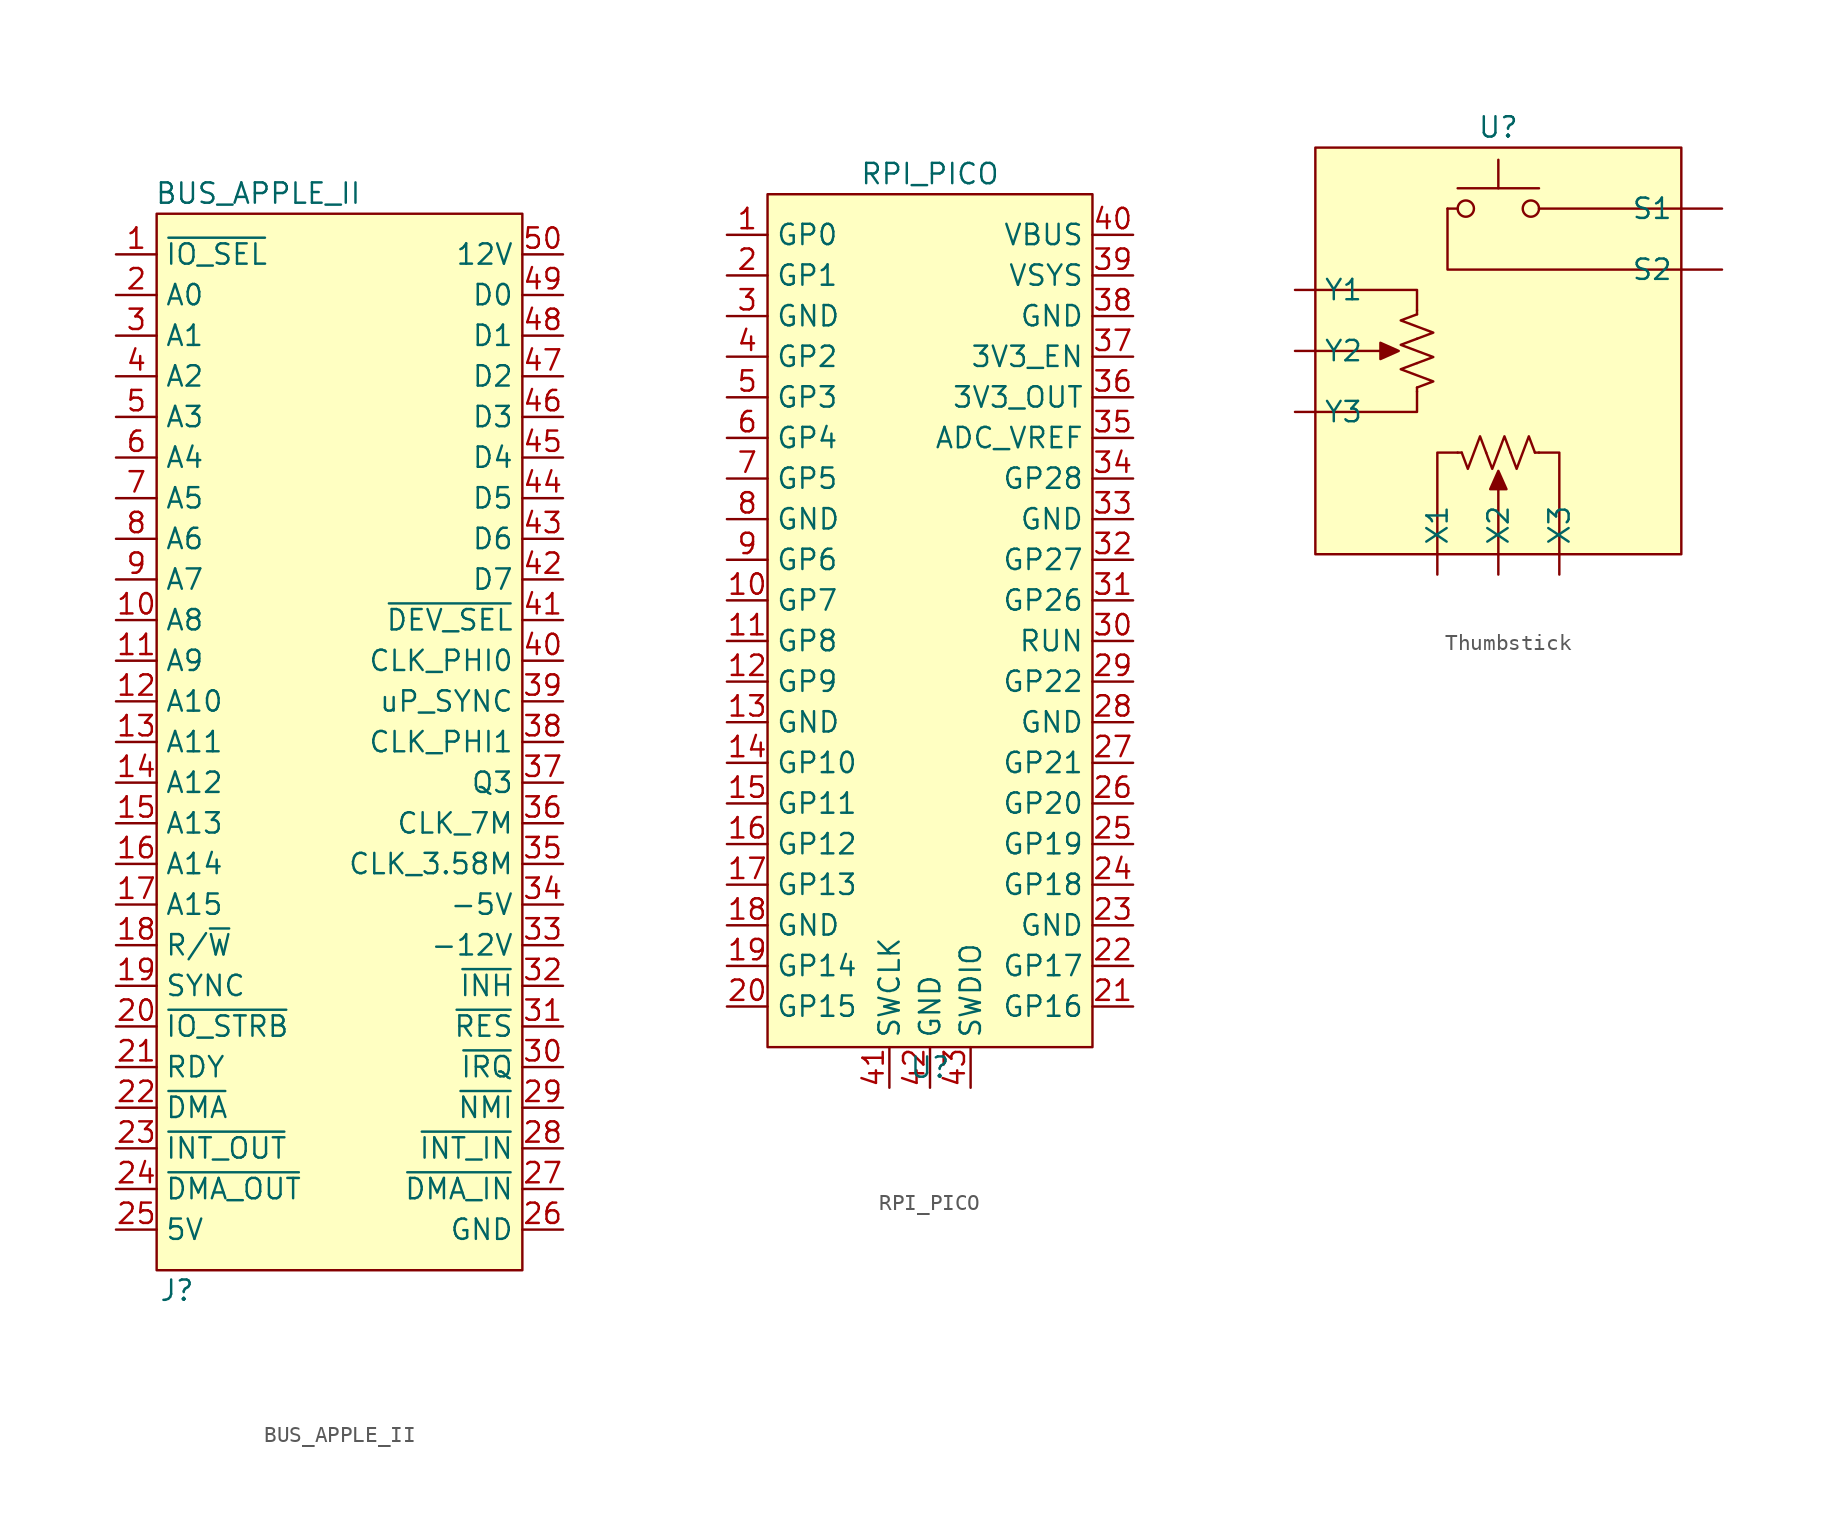
<source format=kicad_sym>
(kicad_symbol_lib
  (version 20220914)
  (generator kicad_symbol_editor)
  (symbol "BUS_APPLE_II"
    (property "Reference" "J"
      (at -10.16 -35.56 0)
      (effects (font (size 1.27 1.27))))
    (property "Value" "BUS_APPLE_II"
      (at -5.08 33.02 0)
      (effects (font (size 1.27 1.27))))
    (symbol "BUS_APPLE_II_0_1"
      (rectangle (start -11.43 31.75) (end 11.43 -34.29) (stroke (width 0) (type default)) (fill (type background))))
    (symbol "BUS_APPLE_II_1_1"
      (pin output line (at -13.97 29.21 0) (length 2.54) (name "~{IO_SEL}" (effects (font (size 1.27 1.27)))) (number "1" (effects (font (size 1.27 1.27)))))
      (pin bidirectional line (at -13.97 6.35 0) (length 2.54) (name "A8" (effects (font (size 1.27 1.27)))) (number "10" (effects (font (size 1.27 1.27)))))
      (pin bidirectional line (at -13.97 3.81 0) (length 2.54) (name "A9" (effects (font (size 1.27 1.27)))) (number "11" (effects (font (size 1.27 1.27)))))
      (pin bidirectional line (at -13.97 1.27 0) (length 2.54) (name "A10" (effects (font (size 1.27 1.27)))) (number "12" (effects (font (size 1.27 1.27)))))
      (pin bidirectional line (at -13.97 -1.27 0) (length 2.54) (name "A11" (effects (font (size 1.27 1.27)))) (number "13" (effects (font (size 1.27 1.27)))))
      (pin bidirectional line (at -13.97 -3.81 0) (length 2.54) (name "A12" (effects (font (size 1.27 1.27)))) (number "14" (effects (font (size 1.27 1.27)))))
      (pin bidirectional line (at -13.97 -6.35 0) (length 2.54) (name "A13" (effects (font (size 1.27 1.27)))) (number "15" (effects (font (size 1.27 1.27)))))
      (pin bidirectional line (at -13.97 -8.89 0) (length 2.54) (name "A14" (effects (font (size 1.27 1.27)))) (number "16" (effects (font (size 1.27 1.27)))))
      (pin bidirectional line (at -13.97 -11.43 0) (length 2.54) (name "A15" (effects (font (size 1.27 1.27)))) (number "17" (effects (font (size 1.27 1.27)))))
      (pin bidirectional line (at -13.97 -13.97 0) (length 2.54) (name "R/~{W}" (effects (font (size 1.27 1.27)))) (number "18" (effects (font (size 1.27 1.27)))))
      (pin output line (at -13.97 -16.51 0) (length 2.54) (name "SYNC" (effects (font (size 1.27 1.27)))) (number "19" (effects (font (size 1.27 1.27)))))
      (pin bidirectional line (at -13.97 26.67 0) (length 2.54) (name "A0" (effects (font (size 1.27 1.27)))) (number "2" (effects (font (size 1.27 1.27)))))
      (pin output line (at -13.97 -19.05 0) (length 2.54) (name "~{IO_STRB}" (effects (font (size 1.27 1.27)))) (number "20" (effects (font (size 1.27 1.27)))))
      (pin input line (at -13.97 -21.59 0) (length 2.54) (name "RDY" (effects (font (size 1.27 1.27)))) (number "21" (effects (font (size 1.27 1.27)))))
      (pin input line (at -13.97 -24.13 0) (length 2.54) (name "~{DMA}" (effects (font (size 1.27 1.27)))) (number "22" (effects (font (size 1.27 1.27)))))
      (pin input line (at -13.97 -26.67 0) (length 2.54) (name "~{INT_OUT}" (effects (font (size 1.27 1.27)))) (number "23" (effects (font (size 1.27 1.27)))))
      (pin input line (at -13.97 -29.21 0) (length 2.54) (name "~{DMA_OUT}" (effects (font (size 1.27 1.27)))) (number "24" (effects (font (size 1.27 1.27)))))
      (pin power_out line (at -13.97 -31.75 0) (length 2.54) (name "5V" (effects (font (size 1.27 1.27)))) (number "25" (effects (font (size 1.27 1.27)))))
      (pin power_out line (at 13.97 -31.75 180) (length 2.54) (name "GND" (effects (font (size 1.27 1.27)))) (number "26" (effects (font (size 1.27 1.27)))))
      (pin output line (at 13.97 -29.21 180) (length 2.54) (name "~{DMA_IN}" (effects (font (size 1.27 1.27)))) (number "27" (effects (font (size 1.27 1.27)))))
      (pin output line (at 13.97 -26.67 180) (length 2.54) (name "~{INT_IN}" (effects (font (size 1.27 1.27)))) (number "28" (effects (font (size 1.27 1.27)))))
      (pin input line (at 13.97 -24.13 180) (length 2.54) (name "~{NMI}" (effects (font (size 1.27 1.27)))) (number "29" (effects (font (size 1.27 1.27)))))
      (pin bidirectional line (at -13.97 24.13 0) (length 2.54) (name "A1" (effects (font (size 1.27 1.27)))) (number "3" (effects (font (size 1.27 1.27)))))
      (pin input line (at 13.97 -21.59 180) (length 2.54) (name "~{IRQ}" (effects (font (size 1.27 1.27)))) (number "30" (effects (font (size 1.27 1.27)))))
      (pin input line (at 13.97 -19.05 180) (length 2.54) (name "~{RES}" (effects (font (size 1.27 1.27)))) (number "31" (effects (font (size 1.27 1.27)))))
      (pin input line (at 13.97 -16.51 180) (length 2.54) (name "~{INH}" (effects (font (size 1.27 1.27)))) (number "32" (effects (font (size 1.27 1.27)))))
      (pin power_out line (at 13.97 -13.97 180) (length 2.54) (name "-12V" (effects (font (size 1.27 1.27)))) (number "33" (effects (font (size 1.27 1.27)))))
      (pin output line (at 13.97 -11.43 180) (length 2.54) (name "-5V" (effects (font (size 1.27 1.27)))) (number "34" (effects (font (size 1.27 1.27)))))
      (pin output line (at 13.97 -8.89 180) (length 2.54) (name "CLK_3.58M" (effects (font (size 1.27 1.27)))) (number "35" (effects (font (size 1.27 1.27)))))
      (pin output line (at 13.97 -6.35 180) (length 2.54) (name "CLK_7M" (effects (font (size 1.27 1.27)))) (number "36" (effects (font (size 1.27 1.27)))))
      (pin output line (at 13.97 -3.81 180) (length 2.54) (name "Q3" (effects (font (size 1.27 1.27)))) (number "37" (effects (font (size 1.27 1.27)))))
      (pin output line (at 13.97 -1.27 180) (length 2.54) (name "CLK_PHI1" (effects (font (size 1.27 1.27)))) (number "38" (effects (font (size 1.27 1.27)))))
      (pin output line (at 13.97 1.27 180) (length 2.54) (name "uP_SYNC" (effects (font (size 1.27 1.27)))) (number "39" (effects (font (size 1.27 1.27)))))
      (pin bidirectional line (at -13.97 21.59 0) (length 2.54) (name "A2" (effects (font (size 1.27 1.27)))) (number "4" (effects (font (size 1.27 1.27)))))
      (pin output line (at 13.97 3.81 180) (length 2.54) (name "CLK_PHI0" (effects (font (size 1.27 1.27)))) (number "40" (effects (font (size 1.27 1.27)))))
      (pin output line (at 13.97 6.35 180) (length 2.54) (name "~{DEV_SEL}" (effects (font (size 1.27 1.27)))) (number "41" (effects (font (size 1.27 1.27)))))
      (pin bidirectional line (at 13.97 8.89 180) (length 2.54) (name "D7" (effects (font (size 1.27 1.27)))) (number "42" (effects (font (size 1.27 1.27)))))
      (pin bidirectional line (at 13.97 11.43 180) (length 2.54) (name "D6" (effects (font (size 1.27 1.27)))) (number "43" (effects (font (size 1.27 1.27)))))
      (pin bidirectional line (at 13.97 13.97 180) (length 2.54) (name "D5" (effects (font (size 1.27 1.27)))) (number "44" (effects (font (size 1.27 1.27)))))
      (pin bidirectional line (at 13.97 16.51 180) (length 2.54) (name "D4" (effects (font (size 1.27 1.27)))) (number "45" (effects (font (size 1.27 1.27)))))
      (pin bidirectional line (at 13.97 19.05 180) (length 2.54) (name "D3" (effects (font (size 1.27 1.27)))) (number "46" (effects (font (size 1.27 1.27)))))
      (pin bidirectional line (at 13.97 21.59 180) (length 2.54) (name "D2" (effects (font (size 1.27 1.27)))) (number "47" (effects (font (size 1.27 1.27)))))
      (pin bidirectional line (at 13.97 24.13 180) (length 2.54) (name "D1" (effects (font (size 1.27 1.27)))) (number "48" (effects (font (size 1.27 1.27)))))
      (pin bidirectional line (at 13.97 26.67 180) (length 2.54) (name "D0" (effects (font (size 1.27 1.27)))) (number "49" (effects (font (size 1.27 1.27)))))
      (pin bidirectional line (at -13.97 19.05 0) (length 2.54) (name "A3" (effects (font (size 1.27 1.27)))) (number "5" (effects (font (size 1.27 1.27)))))
      (pin power_out line (at 13.97 29.21 180) (length 2.54) (name "12V" (effects (font (size 1.27 1.27)))) (number "50" (effects (font (size 1.27 1.27)))))
      (pin bidirectional line (at -13.97 16.51 0) (length 2.54) (name "A4" (effects (font (size 1.27 1.27)))) (number "6" (effects (font (size 1.27 1.27)))))
      (pin bidirectional line (at -13.97 13.97 0) (length 2.54) (name "A5" (effects (font (size 1.27 1.27)))) (number "7" (effects (font (size 1.27 1.27)))))
      (pin bidirectional line (at -13.97 11.43 0) (length 2.54) (name "A6" (effects (font (size 1.27 1.27)))) (number "8" (effects (font (size 1.27 1.27)))))
      (pin bidirectional line (at -13.97 8.89 0) (length 2.54) (name "A7" (effects (font (size 1.27 1.27)))) (number "9" (effects (font (size 1.27 1.27)))))))
  (symbol "RPI_PICO"
    (property "Reference" "U"
      (at 0 -27.94 0)
      (effects (font (size 1.27 1.27))))
    (property "Value" "RPI_PICO"
      (at 0 27.94 0)
      (effects (font (size 1.27 1.27))))
    (symbol "RPI_PICO_0_1"
      (rectangle (start -10.16 26.67) (end 10.16 -26.67) (stroke (width 0) (type default)) (fill (type background))))
    (symbol "RPI_PICO_1_1"
      (pin bidirectional line (at -12.7 24.13 0) (length 2.54) (name "GP0" (effects (font (size 1.27 1.27)))) (number "1" (effects (font (size 1.27 1.27)))))
      (pin bidirectional line (at -12.7 1.27 0) (length 2.54) (name "GP7" (effects (font (size 1.27 1.27)))) (number "10" (effects (font (size 1.27 1.27)))))
      (pin bidirectional line (at -12.7 -1.27 0) (length 2.54) (name "GP8" (effects (font (size 1.27 1.27)))) (number "11" (effects (font (size 1.27 1.27)))))
      (pin bidirectional line (at -12.7 -3.81 0) (length 2.54) (name "GP9" (effects (font (size 1.27 1.27)))) (number "12" (effects (font (size 1.27 1.27)))))
      (pin power_in line (at -12.7 -6.35 0) (length 2.54) (name "GND" (effects (font (size 1.27 1.27)))) (number "13" (effects (font (size 1.27 1.27)))))
      (pin bidirectional line (at -12.7 -8.89 0) (length 2.54) (name "GP10" (effects (font (size 1.27 1.27)))) (number "14" (effects (font (size 1.27 1.27)))))
      (pin bidirectional line (at -12.7 -11.43 0) (length 2.54) (name "GP11" (effects (font (size 1.27 1.27)))) (number "15" (effects (font (size 1.27 1.27)))))
      (pin bidirectional line (at -12.7 -13.97 0) (length 2.54) (name "GP12" (effects (font (size 1.27 1.27)))) (number "16" (effects (font (size 1.27 1.27)))))
      (pin bidirectional line (at -12.7 -16.51 0) (length 2.54) (name "GP13" (effects (font (size 1.27 1.27)))) (number "17" (effects (font (size 1.27 1.27)))))
      (pin power_in line (at -12.7 -19.05 0) (length 2.54) (name "GND" (effects (font (size 1.27 1.27)))) (number "18" (effects (font (size 1.27 1.27)))))
      (pin bidirectional line (at -12.7 -21.59 0) (length 2.54) (name "GP14" (effects (font (size 1.27 1.27)))) (number "19" (effects (font (size 1.27 1.27)))))
      (pin bidirectional line (at -12.7 21.59 0) (length 2.54) (name "GP1" (effects (font (size 1.27 1.27)))) (number "2" (effects (font (size 1.27 1.27)))))
      (pin bidirectional line (at -12.7 -24.13 0) (length 2.54) (name "GP15" (effects (font (size 1.27 1.27)))) (number "20" (effects (font (size 1.27 1.27)))))
      (pin bidirectional line (at 12.7 -24.13 180) (length 2.54) (name "GP16" (effects (font (size 1.27 1.27)))) (number "21" (effects (font (size 1.27 1.27)))))
      (pin bidirectional line (at 12.7 -21.59 180) (length 2.54) (name "GP17" (effects (font (size 1.27 1.27)))) (number "22" (effects (font (size 1.27 1.27)))))
      (pin power_in line (at 12.7 -19.05 180) (length 2.54) (name "GND" (effects (font (size 1.27 1.27)))) (number "23" (effects (font (size 1.27 1.27)))))
      (pin bidirectional line (at 12.7 -16.51 180) (length 2.54) (name "GP18" (effects (font (size 1.27 1.27)))) (number "24" (effects (font (size 1.27 1.27)))))
      (pin bidirectional line (at 12.7 -13.97 180) (length 2.54) (name "GP19" (effects (font (size 1.27 1.27)))) (number "25" (effects (font (size 1.27 1.27)))))
      (pin bidirectional line (at 12.7 -11.43 180) (length 2.54) (name "GP20" (effects (font (size 1.27 1.27)))) (number "26" (effects (font (size 1.27 1.27)))))
      (pin bidirectional line (at 12.7 -8.89 180) (length 2.54) (name "GP21" (effects (font (size 1.27 1.27)))) (number "27" (effects (font (size 1.27 1.27)))))
      (pin power_in line (at 12.7 -6.35 180) (length 2.54) (name "GND" (effects (font (size 1.27 1.27)))) (number "28" (effects (font (size 1.27 1.27)))))
      (pin bidirectional line (at 12.7 -3.81 180) (length 2.54) (name "GP22" (effects (font (size 1.27 1.27)))) (number "29" (effects (font (size 1.27 1.27)))))
      (pin power_in line (at -12.7 19.05 0) (length 2.54) (name "GND" (effects (font (size 1.27 1.27)))) (number "3" (effects (font (size 1.27 1.27)))))
      (pin bidirectional line (at 12.7 -1.27 180) (length 2.54) (name "RUN" (effects (font (size 1.27 1.27)))) (number "30" (effects (font (size 1.27 1.27)))))
      (pin bidirectional line (at 12.7 1.27 180) (length 2.54) (name "GP26" (effects (font (size 1.27 1.27)))) (number "31" (effects (font (size 1.27 1.27)))))
      (pin bidirectional line (at 12.7 3.81 180) (length 2.54) (name "GP27" (effects (font (size 1.27 1.27)))) (number "32" (effects (font (size 1.27 1.27)))))
      (pin power_in line (at 12.7 6.35 180) (length 2.54) (name "GND" (effects (font (size 1.27 1.27)))) (number "33" (effects (font (size 1.27 1.27)))))
      (pin bidirectional line (at 12.7 8.89 180) (length 2.54) (name "GP28" (effects (font (size 1.27 1.27)))) (number "34" (effects (font (size 1.27 1.27)))))
      (pin input line (at 12.7 11.43 180) (length 2.54) (name "ADC_VREF" (effects (font (size 1.27 1.27)))) (number "35" (effects (font (size 1.27 1.27)))))
      (pin power_out line (at 12.7 13.97 180) (length 2.54) (name "3V3_OUT" (effects (font (size 1.27 1.27)))) (number "36" (effects (font (size 1.27 1.27)))))
      (pin input line (at 12.7 16.51 180) (length 2.54) (name "3V3_EN" (effects (font (size 1.27 1.27)))) (number "37" (effects (font (size 1.27 1.27)))))
      (pin power_in line (at 12.7 19.05 180) (length 2.54) (name "GND" (effects (font (size 1.27 1.27)))) (number "38" (effects (font (size 1.27 1.27)))))
      (pin power_in line (at 12.7 21.59 180) (length 2.54) (name "VSYS" (effects (font (size 1.27 1.27)))) (number "39" (effects (font (size 1.27 1.27)))))
      (pin bidirectional line (at -12.7 16.51 0) (length 2.54) (name "GP2" (effects (font (size 1.27 1.27)))) (number "4" (effects (font (size 1.27 1.27)))))
      (pin power_in line (at 12.7 24.13 180) (length 2.54) (name "VBUS" (effects (font (size 1.27 1.27)))) (number "40" (effects (font (size 1.27 1.27)))))
      (pin input line (at -2.54 -29.21 90) (length 2.54) (name "SWCLK" (effects (font (size 1.27 1.27)))) (number "41" (effects (font (size 1.27 1.27)))))
      (pin input line (at 0 -29.21 90) (length 2.54) (name "GND" (effects (font (size 1.27 1.27)))) (number "42" (effects (font (size 1.27 1.27)))))
      (pin input line (at 2.54 -29.21 90) (length 2.54) (name "SWDIO" (effects (font (size 1.27 1.27)))) (number "43" (effects (font (size 1.27 1.27)))))
      (pin bidirectional line (at -12.7 13.97 0) (length 2.54) (name "GP3" (effects (font (size 1.27 1.27)))) (number "5" (effects (font (size 1.27 1.27)))))
      (pin bidirectional line (at -12.7 11.43 0) (length 2.54) (name "GP4" (effects (font (size 1.27 1.27)))) (number "6" (effects (font (size 1.27 1.27)))))
      (pin bidirectional line (at -12.7 8.89 0) (length 2.54) (name "GP5" (effects (font (size 1.27 1.27)))) (number "7" (effects (font (size 1.27 1.27)))))
      (pin power_in line (at -12.7 6.35 0) (length 2.54) (name "GND" (effects (font (size 1.27 1.27)))) (number "8" (effects (font (size 1.27 1.27)))))
      (pin bidirectional line (at -12.7 3.81 0) (length 2.54) (name "GP6" (effects (font (size 1.27 1.27)))) (number "9" (effects (font (size 1.27 1.27)))))))
  (symbol "Thumbstick"
    (pin_numbers hide)
    (property "Reference" "U"
      (at 0 13.97 0)
      (effects (font (size 1.27 1.27))))
    (property "Value" ""
      (at 0 0 0)
      (effects (font (size 1.27 1.27))))
    (symbol "Thumbstick_0_1"
      (circle (center -2.032 8.89) (radius 0.508) (stroke (width 0) (type default)) (fill (type none)))
      (polyline (pts (xy -11.43 0) (xy -6.604 0)) (stroke (width 0) (type default)) (fill (type none)))
      (polyline (pts (xy -5.08 -2.286) (xy -5.08 -2.54)) (stroke (width 0) (type default)) (fill (type none)))
      (polyline (pts (xy -5.08 2.54) (xy -5.08 2.286)) (stroke (width 0) (type default)) (fill (type none)))
      (polyline (pts (xy -3.175 8.89) (xy -2.54 8.89)) (stroke (width 0) (type default)) (fill (type none)))
      (polyline (pts (xy -2.54 -6.35) (xy -2.286 -6.35)) (stroke (width 0) (type default)) (fill (type none)))
      (polyline (pts (xy 0 -12.7) (xy 0 -7.874)) (stroke (width 0) (type default)) (fill (type none)))
      (polyline (pts (xy 0 10.16) (xy 0 11.938)) (stroke (width 0) (type default)) (fill (type none)))
      (polyline (pts (xy 2.286 -6.35) (xy 2.54 -6.35)) (stroke (width 0) (type default)) (fill (type none)))
      (polyline (pts (xy 2.54 8.89) (xy 11.43 8.89)) (stroke (width 0) (type default)) (fill (type none)))
      (polyline (pts (xy 2.54 10.16) (xy -2.54 10.16)) (stroke (width 0) (type default)) (fill (type none)))
      (polyline (pts (xy -11.43 3.81) (xy -5.08 3.81) (xy -5.08 2.54)) (stroke (width 0) (type default)) (fill (type none)))
      (polyline (pts (xy -5.08 -2.54) (xy -5.08 -3.81) (xy -11.43 -3.81)) (stroke (width 0) (type default)) (fill (type none)))
      (polyline (pts (xy -3.81 -12.7) (xy -3.81 -6.35) (xy -2.54 -6.35)) (stroke (width 0) (type default)) (fill (type none)))
      (polyline (pts (xy 2.54 -6.35) (xy 3.81 -6.35) (xy 3.81 -12.7)) (stroke (width 0) (type default)) (fill (type none)))
      (polyline (pts (xy 11.43 5.08) (xy -3.175 5.08) (xy -3.175 8.89)) (stroke (width 0) (type default)) (fill (type none)))
      (polyline (pts (xy -6.223 0) (xy -7.366 0.508) (xy -7.366 -0.508) (xy -6.223 0)) (stroke (width 0) (type default)) (fill (type outline)))
      (polyline (pts (xy 0 -7.493) (xy -0.508 -8.636) (xy 0.508 -8.636) (xy 0 -7.493)) (stroke (width 0) (type default)) (fill (type outline)))
      (polyline (pts (xy -5.08 -0.762) (xy -6.096 -1.143) (xy -5.08 -1.524) (xy -4.064 -1.905) (xy -5.08 -2.286)) (stroke (width 0) (type default)) (fill (type none)))
      (polyline (pts (xy -5.08 0.762) (xy -6.096 0.381) (xy -5.08 0) (xy -4.064 -0.381) (xy -5.08 -0.762)) (stroke (width 0) (type default)) (fill (type none)))
      (polyline (pts (xy -5.08 2.286) (xy -6.096 1.905) (xy -5.08 1.524) (xy -4.064 1.143) (xy -5.08 0.762)) (stroke (width 0) (type default)) (fill (type none)))
      (polyline (pts (xy -2.286 -6.35) (xy -1.905 -7.366) (xy -1.524 -6.35) (xy -1.143 -5.334) (xy -0.762 -6.35)) (stroke (width 0) (type default)) (fill (type none)))
      (polyline (pts (xy -0.762 -6.35) (xy -0.381 -7.366) (xy 0 -6.35) (xy 0.381 -5.334) (xy 0.762 -6.35)) (stroke (width 0) (type default)) (fill (type none)))
      (polyline (pts (xy 0.762 -6.35) (xy 1.143 -7.366) (xy 1.524 -6.35) (xy 1.905 -5.334) (xy 2.286 -6.35)) (stroke (width 0) (type default)) (fill (type none)))
      (circle (center 2.032 8.89) (radius 0.508) (stroke (width 0) (type default)) (fill (type none))))
    (symbol "Thumbstick_1_1"
      (rectangle (start -11.43 12.7) (end 11.43 -12.7) (stroke (width 0) (type default)) (fill (type background)))
      (pin passive line (at 13.97 8.89 180) (length 2.54) (name "S1" (effects (font (size 1.27 1.27)))) (number "S1" (effects (font (size 1.27 1.27)))))
      (pin passive line (at 13.97 5.08 180) (length 2.54) (name "S2" (effects (font (size 1.27 1.27)))) (number "S2" (effects (font (size 1.27 1.27)))))
      (pin passive line (at -3.81 -13.97 90) (length 1.27) (name "X1" (effects (font (size 1.27 1.27)))) (number "X1" (effects (font (size 1.27 1.27)))))
      (pin passive line (at 0 -13.97 90) (length 1.27) (name "X2" (effects (font (size 1.27 1.27)))) (number "X2" (effects (font (size 1.27 1.27)))))
      (pin passive line (at 3.81 -13.97 90) (length 1.27) (name "X3" (effects (font (size 1.27 1.27)))) (number "X3" (effects (font (size 1.27 1.27)))))
      (pin passive line (at -12.7 3.81 0) (length 1.27) (name "Y1" (effects (font (size 1.27 1.27)))) (number "Y1" (effects (font (size 1.27 1.27)))))
      (pin passive line (at -12.7 0 0) (length 1.27) (name "Y2" (effects (font (size 1.27 1.27)))) (number "Y2" (effects (font (size 1.27 1.27)))))
      (pin passive line (at -12.7 -3.81 0) (length 1.27) (name "Y3" (effects (font (size 1.27 1.27)))) (number "Y3" (effects (font (size 1.27 1.27))))))))
</source>
